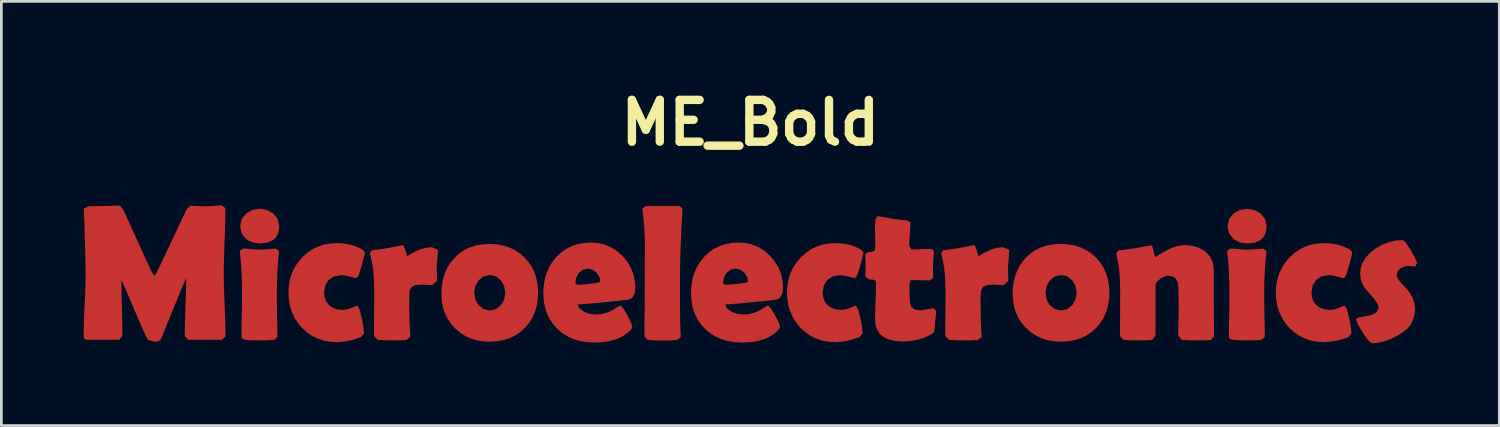
<source format=kicad_pcb>
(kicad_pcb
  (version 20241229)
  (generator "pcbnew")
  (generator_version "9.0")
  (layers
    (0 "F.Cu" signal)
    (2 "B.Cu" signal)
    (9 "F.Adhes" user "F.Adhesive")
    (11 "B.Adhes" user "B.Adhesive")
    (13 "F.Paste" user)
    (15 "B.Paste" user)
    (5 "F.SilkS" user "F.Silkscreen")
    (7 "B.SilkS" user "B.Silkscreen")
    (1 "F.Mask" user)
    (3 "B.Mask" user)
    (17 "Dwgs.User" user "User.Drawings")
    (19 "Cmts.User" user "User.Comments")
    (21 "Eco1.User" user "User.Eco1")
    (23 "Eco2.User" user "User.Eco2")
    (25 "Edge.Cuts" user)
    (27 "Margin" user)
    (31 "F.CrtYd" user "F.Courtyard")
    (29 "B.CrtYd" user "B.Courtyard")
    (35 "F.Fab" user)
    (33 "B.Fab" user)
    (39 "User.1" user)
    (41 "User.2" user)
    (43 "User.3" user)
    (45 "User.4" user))
  (footprint "ME_Bold"
    (layer "F.Cu")
    (at 24.306 6.951)
    (property "Reference" "ME_Bold" (at 0 -5.525 0) (layer "F.SilkS") (effects (font (size 1.524 1.524) (thickness 0.305))))
    (attr smd)
    (fp_poly (pts (xy -2.603 0.294) (xy -2.603 0.592) (xy -2.603 0.867) (xy -2.602 1.118) (xy -2.6 1.344) (xy -2.599 1.547) (xy -2.597 1.725) (xy -2.587 1.995) (xy -2.576 2.265) (xy -2.662 2.35) (xy -2.877 2.371) (xy -3.215 2.378) (xy -3.551 2.371) (xy -3.738 2.35) (xy -3.823 2.258) (xy -3.823 2.111) (xy -3.823 1.94) (xy -3.822 1.732) (xy -3.82 1.486) (xy -3.817 1.202) (xy -3.814 0.918) (xy -3.812 0.671) (xy -3.81 0.463) (xy -3.81 0.294) (xy -3.81 -0.141) (xy -3.809 -0.49) (xy -3.809 -0.751) (xy -3.808 -0.926) (xy -3.807 -1.014) (xy -3.806 -1.015) (xy -3.813 -1.309) (xy -3.825 -1.586) (xy -3.842 -1.846) (xy -3.864 -2.09) (xy -3.891 -2.317) (xy -3.898 -2.375) (xy -3.809 -2.45) (xy -2.59 -2.45) (xy -2.511 -2.378) (xy -2.515 -2.317) (xy -2.532 -2.025) (xy -2.547 -1.74) (xy -2.56 -1.462) (xy -2.572 -1.191) (xy -2.581 -0.926) (xy -2.589 -0.669) (xy -2.596 -0.418) (xy -2.6 -0.174) (xy -2.603 0.063) (xy -2.604 0.294) (xy -2.603 0.294)) (stroke (width 0.075) (type solid)) (fill yes) (layer "F.Cu"))
    (fp_poly (pts (xy -11.463 0.222) (xy -11.61 0.355) (xy -11.801 0.348) (xy -11.986 0.338) (xy -12.224 0.36) (xy -12.372 0.427) (xy -12.449 0.561) (xy -12.474 0.786) (xy -12.473 0.971) (xy -12.47 1.233) (xy -12.465 1.493) (xy -12.464 1.677) (xy -12.46 1.801) (xy -12.45 1.975) (xy -12.44 2.145) (xy -12.436 2.265) (xy -12.549 2.357) (xy -12.757 2.368) (xy -13.051 2.371) (xy -13.343 2.366) (xy -13.571 2.35) (xy -13.683 2.238) (xy -13.683 2.026) (xy -13.682 1.753) (xy -13.679 1.421) (xy -13.677 1.087) (xy -13.676 0.814) (xy -13.676 0.601) (xy -13.681 0.291) (xy -13.699 0.004) (xy -13.728 -0.26) (xy -13.77 -0.502) (xy -13.822 -0.721) (xy -13.829 -0.772) (xy -13.778 -0.841) (xy -13.547 -0.87) (xy -13.228 -0.916) (xy -12.926 -0.975) (xy -12.741 -1.01) (xy -12.671 -1.022) (xy -12.592 -0.806) (xy -12.531 -0.591) (xy -12.485 -0.636) (xy -12.251 -0.769) (xy -12.035 -0.869) (xy -11.824 -0.93) (xy -11.619 -0.95) (xy -11.427 -0.868) (xy -11.448 -0.588) (xy -11.472 -0.308) (xy -11.468 -0.045) (xy -11.461 0.222) (xy -11.463 0.222)) (stroke (width 0.075) (type solid)) (fill yes) (layer "F.Cu"))
    (fp_poly (pts (xy 9.365 0.222) (xy 9.218 0.355) (xy 9.027 0.348) (xy 8.842 0.338) (xy 8.604 0.36) (xy 8.456 0.427) (xy 8.379 0.561) (xy 8.354 0.786) (xy 8.355 0.971) (xy 8.358 1.233) (xy 8.363 1.493) (xy 8.364 1.677) (xy 8.368 1.801) (xy 8.378 1.975) (xy 8.388 2.145) (xy 8.392 2.265) (xy 8.279 2.357) (xy 8.071 2.368) (xy 7.777 2.371) (xy 7.484 2.366) (xy 7.257 2.35) (xy 7.145 2.238) (xy 7.145 2.026) (xy 7.146 1.753) (xy 7.148 1.421) (xy 7.151 1.087) (xy 7.152 0.814) (xy 7.152 0.601) (xy 7.146 0.291) (xy 7.129 0.004) (xy 7.099 -0.26) (xy 7.058 -0.502) (xy 7.005 -0.721) (xy 6.999 -0.772) (xy 7.05 -0.841) (xy 7.281 -0.87) (xy 7.6 -0.916) (xy 7.902 -0.975) (xy 8.087 -1.01) (xy 8.157 -1.022) (xy 8.235 -0.806) (xy 8.297 -0.591) (xy 8.343 -0.636) (xy 8.577 -0.769) (xy 8.793 -0.869) (xy 9.004 -0.93) (xy 9.209 -0.95) (xy 9.4 -0.868) (xy 9.38 -0.588) (xy 9.356 -0.308) (xy 9.36 -0.045) (xy 9.367 0.222) (xy 9.365 0.222)) (stroke (width 0.075) (type solid)) (fill yes) (layer "F.Cu"))
    (fp_poly (pts (xy 24.268 -0.414) (xy 24.217 -0.321) (xy 24.026 -0.345) (xy 23.84 -0.323) (xy 23.688 -0.256) (xy 23.565 -0.133) (xy 23.524 0.034) (xy 23.567 0.17) (xy 23.698 0.338) (xy 23.911 0.569) (xy 24.022 0.71) (xy 24.119 0.888) (xy 24.177 1.073) (xy 24.197 1.267) (xy 24.18 1.447) (xy 24.128 1.636) (xy 24.039 1.823) (xy 23.93 1.951) (xy 23.752 2.089) (xy 23.555 2.212) (xy 23.339 2.32) (xy 23.102 2.407) (xy 22.877 2.459) (xy 22.666 2.477) (xy 22.555 2.385) (xy 22.358 2.108) (xy 22.182 1.808) (xy 22.123 1.653) (xy 22.16 1.616) (xy 22.4 1.571) (xy 22.642 1.527) (xy 22.868 1.401) (xy 22.943 1.213) (xy 22.899 1.05) (xy 22.768 0.864) (xy 22.532 0.6) (xy 22.444 0.499) (xy 22.347 0.332) (xy 22.289 0.158) (xy 22.27 -0.021) (xy 22.29 -0.22) (xy 22.353 -0.406) (xy 22.457 -0.58) (xy 22.602 -0.742) (xy 22.789 -0.892) (xy 23.025 -1.031) (xy 23.27 -1.13) (xy 23.522 -1.19) (xy 23.783 -1.21) (xy 23.878 -1.117) (xy 24.053 -0.841) (xy 24.215 -0.551) (xy 24.268 -0.414) (xy 24.268 -0.414)) (stroke (width 0.075) (type solid)) (fill yes) (layer "F.Cu"))
    (fp_poly (pts (xy -14.377 0.102) (xy -14.586 0.048) (xy -14.768 0.007) (xy -14.914 -0.007) (xy -15.187 0.039) (xy -15.399 0.177) (xy -15.535 0.389) (xy -15.58 0.663) (xy -15.558 0.857) (xy -15.492 1.022) (xy -15.382 1.158) (xy -15.236 1.257) (xy -15.064 1.316) (xy -14.866 1.336) (xy -14.706 1.317) (xy -14.528 1.26) (xy -14.35 1.182) (xy -14.283 1.29) (xy -14.2 1.616) (xy -14.141 1.945) (xy -14.121 2.142) (xy -14.227 2.262) (xy -14.545 2.364) (xy -14.841 2.418) (xy -15.074 2.436) (xy -15.317 2.422) (xy -15.546 2.38) (xy -15.76 2.309) (xy -15.96 2.211) (xy -16.144 2.085) (xy -16.314 1.93) (xy -16.464 1.755) (xy -16.586 1.565) (xy -16.681 1.362) (xy -16.749 1.145) (xy -16.789 0.914) (xy -16.803 0.669) (xy -16.789 0.427) (xy -16.749 0.197) (xy -16.681 -0.019) (xy -16.586 -0.222) (xy -16.464 -0.412) (xy -16.314 -0.588) (xy -16.143 -0.745) (xy -15.958 -0.873) (xy -15.758 -0.972) (xy -15.545 -1.044) (xy -15.317 -1.086) (xy -15.074 -1.1) (xy -14.827 -1.087) (xy -14.596 -1.046) (xy -14.38 -0.977) (xy -14.179 -0.882) (xy -14.09 -0.79) (xy -14.116 -0.667) (xy -14.193 -0.386) (xy -14.272 -0.11) (xy -14.319 0.03) (xy -14.377 0.102) (xy -14.377 0.102)) (stroke (width 0.075) (type solid)) (fill yes) (layer "F.Cu"))
    (fp_poly (pts (xy 3.799 0.102) (xy 3.591 0.048) (xy 3.408 0.007) (xy 3.263 -0.007) (xy 2.99 0.039) (xy 2.778 0.177) (xy 2.642 0.389) (xy 2.597 0.663) (xy 2.619 0.857) (xy 2.685 1.022) (xy 2.795 1.158) (xy 2.94 1.257) (xy 3.112 1.316) (xy 3.311 1.336) (xy 3.47 1.317) (xy 3.649 1.26) (xy 3.827 1.182) (xy 3.893 1.29) (xy 3.977 1.616) (xy 4.036 1.945) (xy 4.056 2.142) (xy 3.95 2.262) (xy 3.632 2.364) (xy 3.335 2.418) (xy 3.102 2.436) (xy 2.859 2.422) (xy 2.63 2.38) (xy 2.416 2.309) (xy 2.217 2.211) (xy 2.032 2.085) (xy 1.862 1.93) (xy 1.713 1.755) (xy 1.591 1.565) (xy 1.496 1.362) (xy 1.428 1.145) (xy 1.387 0.914) (xy 1.373 0.669) (xy 1.387 0.427) (xy 1.428 0.197) (xy 1.496 -0.019) (xy 1.591 -0.222) (xy 1.713 -0.412) (xy 1.862 -0.588) (xy 2.033 -0.745) (xy 2.219 -0.873) (xy 2.418 -0.972) (xy 2.632 -1.044) (xy 2.86 -1.086) (xy 3.102 -1.1) (xy 3.349 -1.087) (xy 3.581 -1.046) (xy 3.797 -0.977) (xy 3.997 -0.882) (xy 4.086 -0.79) (xy 4.061 -0.667) (xy 3.984 -0.386) (xy 3.904 -0.11) (xy 3.857 0.03) (xy 3.799 0.102) (xy 3.799 0.102)) (stroke (width 0.075) (type solid)) (fill yes) (layer "F.Cu"))
    (fp_poly (pts (xy 21.62 0.102) (xy 21.412 0.048) (xy 21.229 0.007) (xy 21.084 -0.007) (xy 20.811 0.039) (xy 20.599 0.177) (xy 20.463 0.389) (xy 20.418 0.663) (xy 20.44 0.857) (xy 20.506 1.022) (xy 20.616 1.158) (xy 20.761 1.257) (xy 20.933 1.316) (xy 21.132 1.336) (xy 21.292 1.317) (xy 21.47 1.26) (xy 21.648 1.182) (xy 21.714 1.29) (xy 21.798 1.616) (xy 21.857 1.945) (xy 21.877 2.142) (xy 21.771 2.262) (xy 21.453 2.364) (xy 21.157 2.418) (xy 20.923 2.436) (xy 20.68 2.422) (xy 20.452 2.38) (xy 20.238 2.309) (xy 20.038 2.211) (xy 19.853 2.085) (xy 19.683 1.93) (xy 19.534 1.755) (xy 19.412 1.565) (xy 19.317 1.362) (xy 19.249 1.145) (xy 19.208 0.914) (xy 19.195 0.669) (xy 19.208 0.427) (xy 19.249 0.197) (xy 19.317 -0.019) (xy 19.412 -0.222) (xy 19.534 -0.412) (xy 19.683 -0.588) (xy 19.854 -0.745) (xy 20.04 -0.873) (xy 20.239 -0.972) (xy 20.453 -1.044) (xy 20.681 -1.086) (xy 20.923 -1.1) (xy 21.17 -1.087) (xy 21.402 -1.046) (xy 21.618 -0.977) (xy 21.819 -0.882) (xy 21.907 -0.79) (xy 21.882 -0.667) (xy 21.805 -0.386) (xy 21.726 -0.11) (xy 21.679 0.03) (xy 21.621 0.102) (xy 21.62 0.102)) (stroke (width 0.075) (type solid)) (fill yes) (layer "F.Cu"))
    (fp_poly (pts (xy -17.213 -1.756) (xy -17.302 -0.895) (xy -17.22 -0.827) (xy -17.227 -0.762) (xy -17.25 -0.534) (xy -17.268 -0.294) (xy -17.283 -0.043) (xy -17.293 0.22) (xy -17.3 0.495) (xy -17.302 0.782) (xy -17.302 0.782) (xy -17.301 0.976) (xy -17.297 1.224) (xy -17.292 1.527) (xy -17.286 1.828) (xy -17.283 2.074) (xy -17.281 2.265) (xy -17.367 2.35) (xy -17.556 2.366) (xy -17.89 2.371) (xy -18.226 2.366) (xy -18.416 2.35) (xy -18.508 2.306) (xy -18.515 2.203) (xy -18.514 2.02) (xy -18.51 1.784) (xy -18.505 1.496) (xy -18.499 1.206) (xy -18.495 0.968) (xy -18.494 0.782) (xy -18.496 0.47) (xy -18.503 0.179) (xy -18.513 -0.089) (xy -18.528 -0.335) (xy -18.547 -0.56) (xy -18.569 -0.762) (xy -18.576 -0.834) (xy -18.484 -0.902) (xy -18.364 -0.897) (xy -18.194 -0.882) (xy -18.02 -0.866) (xy -17.896 -0.861) (xy -17.773 -0.866) (xy -17.599 -0.878) (xy -17.426 -0.891) (xy -17.302 -0.895) (xy -17.213 -1.756) (xy -17.24 -1.542) (xy -17.32 -1.376) (xy -17.454 -1.257) (xy -17.642 -1.186) (xy -17.883 -1.162) (xy -18.145 -1.2) (xy -18.358 -1.312) (xy -18.511 -1.505) (xy -18.563 -1.756) (xy -18.51 -1.999) (xy -18.351 -2.194) (xy -18.136 -2.312) (xy -17.883 -2.351) (xy -17.634 -2.311) (xy -17.421 -2.19) (xy -17.265 -1.996) (xy -17.213 -1.756)) (stroke (width 0.075) (type solid)) (fill yes) (layer "F.Cu"))
    (fp_poly (pts (xy 18.785 -1.756) (xy 18.696 -0.895) (xy 18.778 -0.827) (xy 18.771 -0.762) (xy 18.748 -0.534) (xy 18.729 -0.294) (xy 18.715 -0.043) (xy 18.704 0.22) (xy 18.698 0.495) (xy 18.696 0.782) (xy 18.696 0.782) (xy 18.697 0.976) (xy 18.7 1.224) (xy 18.706 1.527) (xy 18.712 1.828) (xy 18.715 2.074) (xy 18.716 2.265) (xy 18.631 2.35) (xy 18.442 2.366) (xy 18.108 2.371) (xy 17.772 2.366) (xy 17.582 2.35) (xy 17.49 2.306) (xy 17.483 2.203) (xy 17.484 2.02) (xy 17.488 1.784) (xy 17.493 1.496) (xy 17.499 1.206) (xy 17.502 0.968) (xy 17.503 0.782) (xy 17.501 0.47) (xy 17.495 0.179) (xy 17.485 -0.089) (xy 17.47 -0.335) (xy 17.451 -0.56) (xy 17.428 -0.762) (xy 17.421 -0.834) (xy 17.514 -0.902) (xy 17.634 -0.897) (xy 17.804 -0.882) (xy 17.977 -0.866) (xy 18.101 -0.861) (xy 18.225 -0.866) (xy 18.399 -0.878) (xy 18.572 -0.891) (xy 18.696 -0.895) (xy 18.785 -1.756) (xy 18.758 -1.542) (xy 18.678 -1.376) (xy 18.544 -1.257) (xy 18.356 -1.186) (xy 18.115 -1.162) (xy 17.853 -1.2) (xy 17.64 -1.312) (xy 17.486 -1.505) (xy 17.435 -1.756) (xy 17.488 -1.999) (xy 17.647 -2.194) (xy 17.861 -2.312) (xy 18.115 -2.351) (xy 18.364 -2.311) (xy 18.576 -2.19) (xy 18.733 -1.996) (xy 18.785 -1.756)) (stroke (width 0.075) (type solid)) (fill yes) (layer "F.Cu"))
    (fp_poly (pts (xy -7.776 0.669) (xy -8.897 0.669) (xy -8.939 0.416) (xy -9.064 0.194) (xy -9.257 0.038) (xy -9.498 -0.014) (xy -9.744 0.039) (xy -9.942 0.198) (xy -10.065 0.415) (xy -10.106 0.669) (xy -10.065 0.926) (xy -9.942 1.144) (xy -9.744 1.303) (xy -9.498 1.356) (xy -9.255 1.303) (xy -9.057 1.144) (xy -8.937 0.926) (xy -8.897 0.669) (xy -7.776 0.669) (xy -7.79 0.921) (xy -7.829 1.156) (xy -7.896 1.375) (xy -7.989 1.577) (xy -8.108 1.764) (xy -8.255 1.934) (xy -8.421 2.082) (xy -8.605 2.203) (xy -8.805 2.297) (xy -9.021 2.365) (xy -9.255 2.405) (xy -9.505 2.419) (xy -9.748 2.405) (xy -9.977 2.366) (xy -10.19 2.299) (xy -10.389 2.206) (xy -10.573 2.087) (xy -10.742 1.94) (xy -10.89 1.773) (xy -11.011 1.591) (xy -11.106 1.394) (xy -11.173 1.181) (xy -11.214 0.953) (xy -11.227 0.71) (xy -11.214 0.455) (xy -11.175 0.215) (xy -11.111 -0.007) (xy -11.021 -0.213) (xy -10.904 -0.402) (xy -10.762 -0.574) (xy -10.598 -0.726) (xy -10.416 -0.85) (xy -10.216 -0.946) (xy -9.997 -1.015) (xy -9.76 -1.056) (xy -9.505 -1.07) (xy -9.256 -1.056) (xy -9.023 -1.016) (xy -8.806 -0.948) (xy -8.606 -0.854) (xy -8.422 -0.733) (xy -8.255 -0.585) (xy -8.108 -0.416) (xy -7.989 -0.231) (xy -7.896 -0.03) (xy -7.829 0.187) (xy -7.79 0.42) (xy -7.776 0.669)) (stroke (width 0.075) (type solid)) (fill yes) (layer "F.Cu"))
    (fp_poly (pts (xy 13.052 0.669) (xy 11.931 0.669) (xy 11.889 0.416) (xy 11.763 0.194) (xy 11.571 0.038) (xy 11.33 -0.014) (xy 11.084 0.039) (xy 10.885 0.198) (xy 10.762 0.415) (xy 10.721 0.669) (xy 10.762 0.926) (xy 10.885 1.144) (xy 11.084 1.303) (xy 11.33 1.356) (xy 11.573 1.303) (xy 11.77 1.144) (xy 11.891 0.926) (xy 11.931 0.669) (xy 13.052 0.669) (xy 13.038 0.921) (xy 12.998 1.156) (xy 12.932 1.375) (xy 12.839 1.577) (xy 12.719 1.764) (xy 12.573 1.934) (xy 12.407 2.082) (xy 12.223 2.203) (xy 12.023 2.297) (xy 11.806 2.365) (xy 11.573 2.405) (xy 11.323 2.419) (xy 11.08 2.405) (xy 10.851 2.366) (xy 10.638 2.299) (xy 10.439 2.206) (xy 10.255 2.087) (xy 10.086 1.94) (xy 9.938 1.773) (xy 9.816 1.591) (xy 9.722 1.394) (xy 9.655 1.181) (xy 9.614 0.953) (xy 9.601 0.71) (xy 9.614 0.455) (xy 9.652 0.215) (xy 9.717 -0.007) (xy 9.807 -0.213) (xy 9.923 -0.402) (xy 10.065 -0.574) (xy 10.229 -0.726) (xy 10.412 -0.85) (xy 10.612 -0.946) (xy 10.831 -1.015) (xy 11.068 -1.056) (xy 11.323 -1.07) (xy 11.572 -1.056) (xy 11.805 -1.016) (xy 12.021 -0.948) (xy 12.222 -0.854) (xy 12.406 -0.733) (xy 12.573 -0.585) (xy 12.719 -0.416) (xy 12.839 -0.231) (xy 12.932 -0.03) (xy 12.998 0.187) (xy 13.038 0.42) (xy 13.052 0.669)) (stroke (width 0.075) (type solid)) (fill yes) (layer "F.Cu"))
    (fp_poly (pts (xy 16.865 2.251) (xy 16.769 2.357) (xy 16.596 2.367) (xy 16.27 2.371) (xy 15.922 2.366) (xy 15.737 2.35) (xy 15.635 2.21) (xy 15.637 2.009) (xy 15.645 1.725) (xy 15.652 1.441) (xy 15.655 1.237) (xy 15.653 1.079) (xy 15.648 0.861) (xy 15.643 0.639) (xy 15.642 0.481) (xy 15.616 0.277) (xy 15.54 0.13) (xy 15.413 0.043) (xy 15.235 0.013) (xy 15.091 0.042) (xy 14.924 0.13) (xy 14.781 0.259) (xy 14.733 0.386) (xy 14.733 2.231) (xy 14.627 2.357) (xy 14.445 2.367) (xy 14.138 2.371) (xy 13.809 2.366) (xy 13.619 2.35) (xy 13.513 2.238) (xy 13.513 2.03) (xy 13.515 1.762) (xy 13.517 1.435) (xy 13.519 1.107) (xy 13.52 0.838) (xy 13.521 0.628) (xy 13.515 0.303) (xy 13.499 0.006) (xy 13.473 -0.261) (xy 13.435 -0.499) (xy 13.387 -0.708) (xy 13.381 -0.759) (xy 13.432 -0.834) (xy 13.591 -0.853) (xy 13.783 -0.878) (xy 14.006 -0.909) (xy 14.315 -0.968) (xy 14.519 -1.003) (xy 14.617 -1.015) (xy 14.676 -0.783) (xy 14.734 -0.554) (xy 14.806 -0.613) (xy 15.099 -0.79) (xy 15.359 -0.922) (xy 15.596 -1.002) (xy 15.81 -1.029) (xy 16.083 -1.006) (xy 16.325 -0.938) (xy 16.534 -0.824) (xy 16.714 -0.646) (xy 16.823 -0.427) (xy 16.859 -0.168) (xy 16.859 0.922) (xy 16.859 1.095) (xy 16.86 1.317) (xy 16.863 1.588) (xy 16.865 1.858) (xy 16.866 2.079) (xy 16.866 2.251) (xy 16.865 2.251)) (stroke (width 0.075) (type solid)) (fill yes) (layer "F.Cu"))
    (fp_poly (pts (xy 6.734 1.349) (xy 6.727 1.478) (xy 6.707 1.66) (xy 6.689 1.841) (xy 6.683 1.968) (xy 6.662 2.091) (xy 6.55 2.169) (xy 6.323 2.275) (xy 6.085 2.351) (xy 5.835 2.397) (xy 5.572 2.412) (xy 5.311 2.396) (xy 5.089 2.35) (xy 4.907 2.273) (xy 4.766 2.165) (xy 4.666 2.027) (xy 4.605 1.857) (xy 4.585 1.657) (xy 4.587 1.481) (xy 4.593 1.256) (xy 4.602 0.98) (xy 4.612 0.703) (xy 4.617 0.476) (xy 4.619 0.3) (xy 4.576 0.188) (xy 4.445 0.15) (xy 4.401 0.15) (xy 4.356 0.154) (xy 4.226 0.062) (xy 4.233 -0.106) (xy 4.243 -0.273) (xy 4.233 -0.492) (xy 4.226 -0.711) (xy 4.281 -0.763) (xy 4.445 -0.786) (xy 4.578 -0.854) (xy 4.592 -1.021) (xy 4.592 -1.264) (xy 4.582 -1.589) (xy 4.578 -1.684) (xy 4.597 -1.982) (xy 4.653 -2.081) (xy 4.916 -2.04) (xy 5.186 -1.988) (xy 5.405 -1.96) (xy 5.713 -1.924) (xy 5.798 -1.865) (xy 5.792 -1.694) (xy 5.774 -1.452) (xy 5.759 -1.209) (xy 5.753 -1.035) (xy 5.853 -0.868) (xy 6.003 -0.87) (xy 6.215 -0.878) (xy 6.427 -0.886) (xy 6.58 -0.888) (xy 6.655 -0.837) (xy 6.638 -0.601) (xy 6.621 -0.366) (xy 6.625 -0.126) (xy 6.629 0.113) (xy 6.53 0.185) (xy 6.301 0.181) (xy 6.072 0.174) (xy 5.816 0.174) (xy 5.765 0.324) (xy 5.765 0.567) (xy 5.768 0.809) (xy 5.785 1.052) (xy 5.833 1.206) (xy 5.97 1.316) (xy 6.196 1.353) (xy 6.438 1.315) (xy 6.664 1.274) (xy 6.735 1.349) (xy 6.734 1.349)) (stroke (width 0.075) (type solid)) (fill yes) (layer "F.Cu"))
    (fp_poly (pts (xy -4.23 0.495) (xy -5.426 0.287) (xy -5.463 0.088) (xy -5.576 -0.086) (xy -5.741 -0.206) (xy -5.935 -0.246) (xy -6.131 -0.201) (xy -6.29 -0.065) (xy -6.387 0.117) (xy -6.42 0.328) (xy -6.324 0.42) (xy -6.124 0.411) (xy -5.863 0.385) (xy -5.538 0.341) (xy -5.426 0.287) (xy -5.426 0.287) (xy -4.23 0.495) (xy -4.254 0.692) (xy -4.328 0.823) (xy -4.452 0.888) (xy -4.547 0.899) (xy -4.783 0.924) (xy -5.159 0.963) (xy -5.336 0.982) (xy -5.545 1.001) (xy -5.786 1.023) (xy -6.058 1.045) (xy -6.362 1.069) (xy -6.265 1.265) (xy -6.071 1.407) (xy -5.86 1.479) (xy -5.62 1.503) (xy -5.417 1.485) (xy -5.213 1.43) (xy -5.009 1.339) (xy -4.879 1.257) (xy -4.749 1.175) (xy -4.653 1.279) (xy -4.51 1.524) (xy -4.382 1.781) (xy -4.339 1.923) (xy -4.39 2.002) (xy -4.542 2.139) (xy -4.719 2.251) (xy -4.922 2.338) (xy -5.151 2.4) (xy -5.405 2.437) (xy -5.685 2.449) (xy -5.948 2.436) (xy -6.192 2.397) (xy -6.42 2.331) (xy -6.63 2.238) (xy -6.822 2.12) (xy -6.997 1.975) (xy -7.154 1.805) (xy -7.282 1.617) (xy -7.382 1.412) (xy -7.453 1.188) (xy -7.496 0.946) (xy -7.51 0.686) (xy -7.497 0.432) (xy -7.459 0.194) (xy -7.395 -0.028) (xy -7.306 -0.235) (xy -7.192 -0.426) (xy -7.052 -0.602) (xy -6.886 -0.76) (xy -6.703 -0.89) (xy -6.504 -0.991) (xy -6.287 -1.063) (xy -6.053 -1.106) (xy -5.801 -1.121) (xy -5.547 -1.102) (xy -5.308 -1.044) (xy -5.086 -0.949) (xy -4.879 -0.815) (xy -4.688 -0.643) (xy -4.523 -0.444) (xy -4.395 -0.231) (xy -4.303 -0.003) (xy -4.248 0.239) (xy -4.23 0.495) (xy -4.23 0.495)) (stroke (width 0.075) (type solid)) (fill yes) (layer "F.Cu"))
    (fp_poly (pts (xy 1.155 0.495) (xy -0.041 0.287) (xy -0.079 0.088) (xy -0.191 -0.086) (xy -0.356 -0.206) (xy -0.55 -0.246) (xy -0.746 -0.201) (xy -0.905 -0.065) (xy -1.003 0.117) (xy -1.035 0.328) (xy -0.94 0.42) (xy -0.74 0.411) (xy -0.478 0.385) (xy -0.154 0.341) (xy -0.041 0.287) (xy -0.041 0.287) (xy 1.155 0.495) (xy 1.13 0.692) (xy 1.056 0.823) (xy 0.933 0.888) (xy 0.837 0.899) (xy 0.602 0.924) (xy 0.226 0.963) (xy 0.048 0.982) (xy -0.16 1.001) (xy -0.401 1.023) (xy -0.673 1.045) (xy -0.977 1.069) (xy -0.881 1.265) (xy -0.687 1.407) (xy -0.475 1.479) (xy -0.236 1.503) (xy -0.033 1.485) (xy 0.171 1.43) (xy 0.376 1.339) (xy 0.506 1.257) (xy 0.636 1.175) (xy 0.731 1.279) (xy 0.875 1.524) (xy 1.003 1.781) (xy 1.046 1.923) (xy 0.994 2.002) (xy 0.843 2.139) (xy 0.665 2.251) (xy 0.462 2.338) (xy 0.234 2.4) (xy -0.021 2.437) (xy -0.301 2.449) (xy -0.563 2.436) (xy -0.808 2.397) (xy -1.035 2.331) (xy -1.245 2.238) (xy -1.438 2.12) (xy -1.613 1.975) (xy -1.769 1.805) (xy -1.897 1.617) (xy -1.997 1.412) (xy -2.068 1.188) (xy -2.111 0.946) (xy -2.125 0.686) (xy -2.112 0.432) (xy -2.074 0.194) (xy -2.011 -0.028) (xy -1.922 -0.235) (xy -1.807 -0.426) (xy -1.667 -0.602) (xy -1.502 -0.76) (xy -1.319 -0.89) (xy -1.119 -0.991) (xy -0.902 -1.063) (xy -0.668 -1.106) (xy -0.417 -1.121) (xy -0.162 -1.102) (xy 0.076 -1.044) (xy 0.299 -0.949) (xy 0.506 -0.815) (xy 0.697 -0.643) (xy 0.862 -0.444) (xy 0.99 -0.231) (xy 1.082 -0.003) (xy 1.137 0.239) (xy 1.155 0.495) (xy 1.155 0.495)) (stroke (width 0.075) (type solid)) (fill yes) (layer "F.Cu"))
    (fp_poly (pts (xy -19.174 2.244) (xy -19.273 2.35) (xy -20.483 2.35) (xy -20.582 2.231) (xy -20.58 2.037) (xy -20.576 1.799) (xy -20.568 1.519) (xy -20.558 1.196) (xy -20.546 0.872) (xy -20.537 0.592) (xy -20.532 0.354) (xy -20.531 0.16) (xy -20.561 0.054) (xy -20.592 0.103) (xy -20.653 0.233) (xy -20.744 0.444) (xy -20.866 0.737) (xy -21.019 1.11) (xy -21.118 1.353) (xy -21.216 1.596) (xy -21.314 1.839) (xy -21.413 2.081) (xy -21.511 2.323) (xy -21.597 2.415) (xy -21.733 2.419) (xy -21.945 2.351) (xy -22.024 2.187) (xy -22.111 1.995) (xy -22.208 1.777) (xy -22.315 1.531) (xy -22.43 1.257) (xy -22.552 0.971) (xy -22.661 0.718) (xy -22.758 0.499) (xy -22.841 0.313) (xy -22.912 0.161) (xy -22.943 0.123) (xy -22.967 0.222) (xy -22.966 0.411) (xy -22.962 0.641) (xy -22.957 0.913) (xy -22.95 1.227) (xy -22.942 1.541) (xy -22.937 1.813) (xy -22.934 2.043) (xy -22.932 2.231) (xy -23.028 2.351) (xy -24.169 2.351) (xy -24.255 2.33) (xy -24.268 2.252) (xy -24.266 2.042) (xy -24.26 1.786) (xy -24.249 1.484) (xy -24.234 1.134) (xy -24.218 0.784) (xy -24.206 0.48) (xy -24.199 0.224) (xy -24.197 0.014) (xy -24.198 -0.138) (xy -24.2 -0.327) (xy -24.205 -0.556) (xy -24.212 -0.823) (xy -24.22 -1.128) (xy -24.231 -1.472) (xy -24.236 -1.692) (xy -24.246 -1.974) (xy -24.262 -2.316) (xy -24.265 -2.374) (xy -24.121 -2.443) (xy -23.887 -2.445) (xy -23.558 -2.453) (xy -23.229 -2.463) (xy -22.994 -2.467) (xy -22.888 -2.323) (xy -21.89 -0.133) (xy -21.793 0.034) (xy -21.713 0.089) (xy -21.654 0.025) (xy -21.552 -0.167) (xy -21.471 -0.336) (xy -21.382 -0.522) (xy -21.285 -0.726) (xy -21.18 -0.949) (xy -21.066 -1.189) (xy -20.945 -1.447) (xy -20.815 -1.724) (xy -20.677 -2.018) (xy -20.531 -2.33) (xy -20.404 -2.463) (xy -20.28 -2.461) (xy -20.107 -2.453) (xy -19.93 -2.445) (xy -19.803 -2.443) (xy -19.543 -2.46) (xy -19.28 -2.477) (xy -19.178 -2.395) (xy -19.179 -2.218) (xy -19.182 -2.008) (xy -19.189 -1.767) (xy -19.197 -1.494) (xy -19.208 -1.189) (xy -19.218 -0.885) (xy -19.226 -0.613) (xy -19.231 -0.372) (xy -19.235 -0.163) (xy -19.236 0.014) (xy -19.234 0.223) (xy -19.228 0.479) (xy -19.218 0.782) (xy -19.205 1.131) (xy -19.191 1.48) (xy -19.182 1.782) (xy -19.176 2.037) (xy -19.174 2.245) (xy -19.174 2.244)) (stroke (width 0.075) (type solid)) (fill yes) (layer "F.Cu"))
    (fp_poly (pts (xy -2.603 0.294) (xy -2.603 0.592) (xy -2.603 0.867) (xy -2.602 1.118) (xy -2.6 1.344) (xy -2.599 1.547) (xy -2.597 1.725) (xy -2.587 1.995) (xy -2.576 2.265) (xy -2.662 2.35) (xy -2.877 2.371) (xy -3.215 2.378) (xy -3.551 2.371) (xy -3.738 2.35) (xy -3.823 2.258) (xy -3.823 2.111) (xy -3.823 1.94) (xy -3.822 1.732) (xy -3.82 1.486) (xy -3.817 1.202) (xy -3.814 0.918) (xy -3.812 0.671) (xy -3.81 0.463) (xy -3.81 0.294) (xy -3.81 -0.141) (xy -3.809 -0.49) (xy -3.809 -0.751) (xy -3.808 -0.926) (xy -3.807 -1.014) (xy -3.806 -1.015) (xy -3.813 -1.309) (xy -3.825 -1.586) (xy -3.842 -1.846) (xy -3.864 -2.09) (xy -3.891 -2.317) (xy -3.898 -2.375) (xy -3.809 -2.45) (xy -2.59 -2.45) (xy -2.511 -2.378) (xy -2.515 -2.317) (xy -2.532 -2.025) (xy -2.547 -1.74) (xy -2.56 -1.462) (xy -2.572 -1.191) (xy -2.581 -0.926) (xy -2.589 -0.669) (xy -2.596 -0.418) (xy -2.6 -0.174) (xy -2.603 0.063) (xy -2.604 0.294) (xy -2.603 0.294)) (stroke (width 0.075) (type solid)) (fill yes) (layer "F.Mask"))
    (fp_poly (pts (xy -11.463 0.222) (xy -11.61 0.355) (xy -11.801 0.348) (xy -11.986 0.338) (xy -12.224 0.36) (xy -12.372 0.427) (xy -12.449 0.561) (xy -12.474 0.786) (xy -12.473 0.971) (xy -12.47 1.233) (xy -12.465 1.493) (xy -12.464 1.677) (xy -12.46 1.801) (xy -12.45 1.975) (xy -12.44 2.145) (xy -12.436 2.265) (xy -12.549 2.357) (xy -12.757 2.368) (xy -13.051 2.371) (xy -13.343 2.366) (xy -13.571 2.351) (xy -13.683 2.238) (xy -13.683 2.026) (xy -13.682 1.753) (xy -13.679 1.421) (xy -13.677 1.087) (xy -13.676 0.814) (xy -13.676 0.601) (xy -13.681 0.291) (xy -13.699 0.004) (xy -13.728 -0.26) (xy -13.77 -0.502) (xy -13.822 -0.721) (xy -13.829 -0.772) (xy -13.778 -0.841) (xy -13.547 -0.87) (xy -13.228 -0.916) (xy -12.926 -0.975) (xy -12.74 -1.01) (xy -12.671 -1.022) (xy -12.592 -0.806) (xy -12.531 -0.591) (xy -12.485 -0.636) (xy -12.251 -0.769) (xy -12.035 -0.869) (xy -11.824 -0.93) (xy -11.619 -0.95) (xy -11.427 -0.868) (xy -11.448 -0.588) (xy -11.472 -0.308) (xy -11.468 -0.045) (xy -11.461 0.222) (xy -11.463 0.222)) (stroke (width 0.075) (type solid)) (fill yes) (layer "F.Mask"))
    (fp_poly (pts (xy 9.365 0.222) (xy 9.218 0.355) (xy 9.027 0.348) (xy 8.842 0.338) (xy 8.604 0.36) (xy 8.456 0.427) (xy 8.379 0.561) (xy 8.354 0.786) (xy 8.355 0.971) (xy 8.358 1.233) (xy 8.363 1.493) (xy 8.364 1.677) (xy 8.368 1.801) (xy 8.378 1.975) (xy 8.388 2.145) (xy 8.392 2.265) (xy 8.279 2.357) (xy 8.071 2.368) (xy 7.777 2.371) (xy 7.484 2.366) (xy 7.257 2.351) (xy 7.145 2.238) (xy 7.145 2.026) (xy 7.146 1.753) (xy 7.148 1.421) (xy 7.151 1.087) (xy 7.152 0.814) (xy 7.152 0.601) (xy 7.146 0.291) (xy 7.129 0.004) (xy 7.099 -0.26) (xy 7.058 -0.502) (xy 7.005 -0.721) (xy 6.999 -0.772) (xy 7.05 -0.841) (xy 7.281 -0.87) (xy 7.6 -0.916) (xy 7.902 -0.975) (xy 8.087 -1.01) (xy 8.157 -1.022) (xy 8.235 -0.806) (xy 8.297 -0.591) (xy 8.343 -0.636) (xy 8.577 -0.769) (xy 8.793 -0.869) (xy 9.004 -0.93) (xy 9.209 -0.95) (xy 9.4 -0.868) (xy 9.38 -0.588) (xy 9.356 -0.308) (xy 9.36 -0.045) (xy 9.367 0.222) (xy 9.365 0.222)) (stroke (width 0.075) (type solid)) (fill yes) (layer "F.Mask"))
    (fp_poly (pts (xy 24.268 -0.414) (xy 24.217 -0.321) (xy 24.026 -0.345) (xy 23.84 -0.323) (xy 23.688 -0.256) (xy 23.565 -0.133) (xy 23.524 0.034) (xy 23.567 0.17) (xy 23.698 0.338) (xy 23.911 0.569) (xy 24.022 0.71) (xy 24.119 0.888) (xy 24.177 1.073) (xy 24.197 1.267) (xy 24.18 1.447) (xy 24.128 1.636) (xy 24.039 1.823) (xy 23.93 1.951) (xy 23.752 2.089) (xy 23.555 2.212) (xy 23.339 2.32) (xy 23.102 2.407) (xy 22.877 2.459) (xy 22.666 2.477) (xy 22.555 2.385) (xy 22.358 2.108) (xy 22.182 1.808) (xy 22.123 1.653) (xy 22.16 1.616) (xy 22.4 1.571) (xy 22.642 1.527) (xy 22.868 1.401) (xy 22.943 1.213) (xy 22.899 1.05) (xy 22.768 0.864) (xy 22.532 0.6) (xy 22.444 0.499) (xy 22.347 0.332) (xy 22.289 0.158) (xy 22.27 -0.021) (xy 22.29 -0.22) (xy 22.353 -0.406) (xy 22.457 -0.58) (xy 22.602 -0.742) (xy 22.789 -0.892) (xy 23.025 -1.031) (xy 23.27 -1.13) (xy 23.522 -1.19) (xy 23.783 -1.21) (xy 23.878 -1.117) (xy 24.053 -0.841) (xy 24.215 -0.551) (xy 24.268 -0.414) (xy 24.268 -0.414)) (stroke (width 0.075) (type solid)) (fill yes) (layer "F.Mask"))
    (fp_poly (pts (xy -14.377 0.102) (xy -14.586 0.048) (xy -14.768 0.007) (xy -14.914 -0.007) (xy -15.187 0.039) (xy -15.399 0.177) (xy -15.535 0.389) (xy -15.58 0.663) (xy -15.558 0.857) (xy -15.492 1.022) (xy -15.382 1.158) (xy -15.236 1.257) (xy -15.064 1.316) (xy -14.866 1.336) (xy -14.706 1.317) (xy -14.528 1.26) (xy -14.35 1.182) (xy -14.283 1.29) (xy -14.2 1.616) (xy -14.141 1.945) (xy -14.121 2.142) (xy -14.227 2.262) (xy -14.545 2.364) (xy -14.841 2.418) (xy -15.074 2.436) (xy -15.317 2.422) (xy -15.546 2.38) (xy -15.76 2.309) (xy -15.96 2.211) (xy -16.144 2.085) (xy -16.314 1.93) (xy -16.464 1.755) (xy -16.586 1.565) (xy -16.681 1.362) (xy -16.749 1.145) (xy -16.789 0.914) (xy -16.803 0.669) (xy -16.789 0.427) (xy -16.749 0.197) (xy -16.681 -0.019) (xy -16.586 -0.222) (xy -16.464 -0.412) (xy -16.314 -0.588) (xy -16.143 -0.745) (xy -15.958 -0.873) (xy -15.758 -0.972) (xy -15.545 -1.044) (xy -15.317 -1.086) (xy -15.074 -1.1) (xy -14.827 -1.087) (xy -14.596 -1.046) (xy -14.38 -0.977) (xy -14.179 -0.882) (xy -14.09 -0.79) (xy -14.116 -0.667) (xy -14.193 -0.386) (xy -14.272 -0.11) (xy -14.319 0.03) (xy -14.377 0.102) (xy -14.377 0.102)) (stroke (width 0.075) (type solid)) (fill yes) (layer "F.Mask"))
    (fp_poly (pts (xy 3.799 0.102) (xy 3.591 0.048) (xy 3.408 0.007) (xy 3.263 -0.007) (xy 2.99 0.039) (xy 2.778 0.177) (xy 2.642 0.389) (xy 2.597 0.663) (xy 2.619 0.857) (xy 2.685 1.022) (xy 2.795 1.158) (xy 2.94 1.257) (xy 3.112 1.316) (xy 3.311 1.336) (xy 3.47 1.317) (xy 3.649 1.26) (xy 3.827 1.182) (xy 3.893 1.29) (xy 3.977 1.616) (xy 4.036 1.945) (xy 4.056 2.142) (xy 3.95 2.262) (xy 3.632 2.364) (xy 3.335 2.418) (xy 3.102 2.436) (xy 2.859 2.422) (xy 2.63 2.38) (xy 2.416 2.309) (xy 2.217 2.211) (xy 2.032 2.085) (xy 1.862 1.93) (xy 1.713 1.755) (xy 1.591 1.565) (xy 1.496 1.362) (xy 1.428 1.145) (xy 1.387 0.914) (xy 1.373 0.669) (xy 1.387 0.427) (xy 1.428 0.197) (xy 1.496 -0.019) (xy 1.591 -0.222) (xy 1.713 -0.412) (xy 1.862 -0.588) (xy 2.033 -0.745) (xy 2.219 -0.873) (xy 2.418 -0.972) (xy 2.632 -1.044) (xy 2.86 -1.086) (xy 3.102 -1.1) (xy 3.349 -1.087) (xy 3.581 -1.046) (xy 3.797 -0.977) (xy 3.997 -0.882) (xy 4.086 -0.79) (xy 4.061 -0.667) (xy 3.984 -0.386) (xy 3.904 -0.11) (xy 3.857 0.03) (xy 3.799 0.102) (xy 3.799 0.102)) (stroke (width 0.075) (type solid)) (fill yes) (layer "F.Mask"))
    (fp_poly (pts (xy 21.62 0.102) (xy 21.412 0.048) (xy 21.229 0.007) (xy 21.084 -0.007) (xy 20.811 0.039) (xy 20.599 0.177) (xy 20.463 0.389) (xy 20.418 0.663) (xy 20.44 0.857) (xy 20.506 1.022) (xy 20.616 1.158) (xy 20.761 1.257) (xy 20.933 1.316) (xy 21.132 1.336) (xy 21.292 1.317) (xy 21.47 1.26) (xy 21.648 1.182) (xy 21.714 1.29) (xy 21.798 1.616) (xy 21.857 1.945) (xy 21.877 2.142) (xy 21.771 2.262) (xy 21.453 2.364) (xy 21.157 2.418) (xy 20.923 2.436) (xy 20.68 2.422) (xy 20.452 2.38) (xy 20.238 2.309) (xy 20.038 2.211) (xy 19.853 2.085) (xy 19.683 1.93) (xy 19.534 1.755) (xy 19.412 1.565) (xy 19.317 1.362) (xy 19.249 1.145) (xy 19.208 0.914) (xy 19.195 0.669) (xy 19.208 0.427) (xy 19.249 0.197) (xy 19.317 -0.019) (xy 19.412 -0.222) (xy 19.534 -0.412) (xy 19.683 -0.588) (xy 19.854 -0.745) (xy 20.04 -0.873) (xy 20.239 -0.972) (xy 20.453 -1.044) (xy 20.681 -1.086) (xy 20.923 -1.1) (xy 21.17 -1.087) (xy 21.402 -1.046) (xy 21.618 -0.977) (xy 21.819 -0.882) (xy 21.907 -0.79) (xy 21.882 -0.667) (xy 21.805 -0.386) (xy 21.726 -0.11) (xy 21.679 0.03) (xy 21.621 0.102) (xy 21.62 0.102)) (stroke (width 0.075) (type solid)) (fill yes) (layer "F.Mask"))
    (fp_poly (pts (xy -17.213 -1.756) (xy -17.302 -0.895) (xy -17.22 -0.827) (xy -17.227 -0.762) (xy -17.25 -0.534) (xy -17.268 -0.294) (xy -17.283 -0.043) (xy -17.293 0.22) (xy -17.3 0.495) (xy -17.302 0.782) (xy -17.302 0.782) (xy -17.301 0.976) (xy -17.297 1.224) (xy -17.292 1.527) (xy -17.286 1.828) (xy -17.283 2.074) (xy -17.281 2.265) (xy -17.367 2.35) (xy -17.556 2.366) (xy -17.89 2.371) (xy -18.226 2.366) (xy -18.416 2.35) (xy -18.508 2.306) (xy -18.515 2.203) (xy -18.514 2.02) (xy -18.51 1.784) (xy -18.505 1.496) (xy -18.499 1.206) (xy -18.495 0.968) (xy -18.494 0.782) (xy -18.496 0.47) (xy -18.503 0.179) (xy -18.513 -0.089) (xy -18.528 -0.335) (xy -18.547 -0.56) (xy -18.569 -0.762) (xy -18.576 -0.834) (xy -18.484 -0.902) (xy -18.364 -0.897) (xy -18.194 -0.882) (xy -18.02 -0.866) (xy -17.896 -0.861) (xy -17.773 -0.866) (xy -17.599 -0.878) (xy -17.426 -0.891) (xy -17.302 -0.895) (xy -17.213 -1.756) (xy -17.24 -1.542) (xy -17.32 -1.376) (xy -17.454 -1.257) (xy -17.642 -1.186) (xy -17.883 -1.162) (xy -18.145 -1.2) (xy -18.358 -1.312) (xy -18.511 -1.505) (xy -18.563 -1.756) (xy -18.51 -1.999) (xy -18.351 -2.194) (xy -18.136 -2.312) (xy -17.883 -2.351) (xy -17.634 -2.311) (xy -17.421 -2.19) (xy -17.265 -1.996) (xy -17.213 -1.756)) (stroke (width 0.075) (type solid)) (fill yes) (layer "F.Mask"))
    (fp_poly (pts (xy 18.785 -1.756) (xy 18.696 -0.895) (xy 18.778 -0.827) (xy 18.771 -0.762) (xy 18.748 -0.534) (xy 18.729 -0.294) (xy 18.715 -0.043) (xy 18.704 0.22) (xy 18.698 0.495) (xy 18.696 0.782) (xy 18.696 0.782) (xy 18.697 0.976) (xy 18.7 1.224) (xy 18.706 1.527) (xy 18.712 1.828) (xy 18.715 2.074) (xy 18.716 2.265) (xy 18.631 2.35) (xy 18.442 2.366) (xy 18.108 2.371) (xy 17.772 2.366) (xy 17.582 2.35) (xy 17.49 2.306) (xy 17.483 2.203) (xy 17.484 2.02) (xy 17.488 1.784) (xy 17.493 1.496) (xy 17.499 1.206) (xy 17.502 0.968) (xy 17.503 0.782) (xy 17.501 0.47) (xy 17.495 0.179) (xy 17.485 -0.089) (xy 17.47 -0.335) (xy 17.451 -0.56) (xy 17.428 -0.762) (xy 17.421 -0.834) (xy 17.514 -0.902) (xy 17.634 -0.897) (xy 17.804 -0.882) (xy 17.977 -0.866) (xy 18.101 -0.861) (xy 18.225 -0.866) (xy 18.399 -0.878) (xy 18.572 -0.891) (xy 18.696 -0.895) (xy 18.785 -1.756) (xy 18.758 -1.542) (xy 18.678 -1.376) (xy 18.544 -1.257) (xy 18.356 -1.186) (xy 18.115 -1.162) (xy 17.853 -1.2) (xy 17.64 -1.312) (xy 17.486 -1.505) (xy 17.435 -1.756) (xy 17.488 -1.999) (xy 17.647 -2.194) (xy 17.861 -2.312) (xy 18.115 -2.351) (xy 18.364 -2.311) (xy 18.576 -2.19) (xy 18.733 -1.996) (xy 18.785 -1.756)) (stroke (width 0.075) (type solid)) (fill yes) (layer "F.Mask"))
    (fp_poly (pts (xy -7.776 0.669) (xy -8.897 0.669) (xy -8.939 0.416) (xy -9.064 0.194) (xy -9.257 0.038) (xy -9.498 -0.014) (xy -9.744 0.039) (xy -9.942 0.198) (xy -10.065 0.415) (xy -10.106 0.669) (xy -10.065 0.926) (xy -9.942 1.144) (xy -9.744 1.303) (xy -9.498 1.356) (xy -9.255 1.303) (xy -9.057 1.144) (xy -8.937 0.926) (xy -8.897 0.669) (xy -7.776 0.669) (xy -7.79 0.921) (xy -7.829 1.156) (xy -7.896 1.375) (xy -7.989 1.577) (xy -8.108 1.764) (xy -8.255 1.934) (xy -8.421 2.082) (xy -8.605 2.203) (xy -8.805 2.297) (xy -9.021 2.365) (xy -9.255 2.405) (xy -9.505 2.419) (xy -9.748 2.405) (xy -9.977 2.366) (xy -10.19 2.299) (xy -10.389 2.206) (xy -10.573 2.087) (xy -10.742 1.94) (xy -10.89 1.773) (xy -11.011 1.591) (xy -11.106 1.394) (xy -11.173 1.181) (xy -11.214 0.953) (xy -11.227 0.71) (xy -11.214 0.455) (xy -11.175 0.215) (xy -11.111 -0.007) (xy -11.021 -0.213) (xy -10.904 -0.402) (xy -10.762 -0.574) (xy -10.598 -0.726) (xy -10.416 -0.849) (xy -10.216 -0.946) (xy -9.997 -1.015) (xy -9.76 -1.056) (xy -9.505 -1.07) (xy -9.256 -1.056) (xy -9.023 -1.016) (xy -8.806 -0.948) (xy -8.606 -0.854) (xy -8.422 -0.733) (xy -8.255 -0.585) (xy -8.108 -0.416) (xy -7.989 -0.231) (xy -7.896 -0.03) (xy -7.829 0.187) (xy -7.79 0.42) (xy -7.776 0.669)) (stroke (width 0.075) (type solid)) (fill yes) (layer "F.Mask"))
    (fp_poly (pts (xy 13.052 0.669) (xy 11.931 0.669) (xy 11.889 0.416) (xy 11.763 0.194) (xy 11.571 0.038) (xy 11.33 -0.014) (xy 11.084 0.039) (xy 10.885 0.198) (xy 10.762 0.415) (xy 10.721 0.669) (xy 10.762 0.926) (xy 10.885 1.144) (xy 11.084 1.303) (xy 11.33 1.356) (xy 11.573 1.303) (xy 11.77 1.144) (xy 11.891 0.926) (xy 11.931 0.669) (xy 13.052 0.669) (xy 13.038 0.921) (xy 12.998 1.156) (xy 12.932 1.375) (xy 12.839 1.577) (xy 12.719 1.764) (xy 12.573 1.934) (xy 12.407 2.082) (xy 12.223 2.203) (xy 12.023 2.297) (xy 11.806 2.365) (xy 11.573 2.405) (xy 11.323 2.419) (xy 11.08 2.405) (xy 10.851 2.366) (xy 10.638 2.299) (xy 10.439 2.206) (xy 10.255 2.087) (xy 10.086 1.94) (xy 9.938 1.773) (xy 9.816 1.591) (xy 9.722 1.394) (xy 9.655 1.181) (xy 9.614 0.953) (xy 9.601 0.71) (xy 9.614 0.455) (xy 9.652 0.215) (xy 9.717 -0.007) (xy 9.807 -0.213) (xy 9.923 -0.402) (xy 10.065 -0.574) (xy 10.229 -0.726) (xy 10.412 -0.849) (xy 10.612 -0.946) (xy 10.831 -1.015) (xy 11.068 -1.056) (xy 11.323 -1.07) (xy 11.572 -1.056) (xy 11.805 -1.016) (xy 12.021 -0.948) (xy 12.222 -0.854) (xy 12.406 -0.733) (xy 12.573 -0.585) (xy 12.719 -0.416) (xy 12.839 -0.231) (xy 12.932 -0.03) (xy 12.998 0.187) (xy 13.038 0.42) (xy 13.052 0.669)) (stroke (width 0.075) (type solid)) (fill yes) (layer "F.Mask"))
    (fp_poly (pts (xy 16.865 2.251) (xy 16.769 2.357) (xy 16.596 2.367) (xy 16.27 2.371) (xy 15.922 2.366) (xy 15.737 2.35) (xy 15.635 2.21) (xy 15.637 2.009) (xy 15.645 1.725) (xy 15.652 1.441) (xy 15.655 1.237) (xy 15.653 1.079) (xy 15.648 0.861) (xy 15.643 0.639) (xy 15.642 0.481) (xy 15.616 0.277) (xy 15.54 0.13) (xy 15.413 0.043) (xy 15.235 0.013) (xy 15.091 0.042) (xy 14.924 0.13) (xy 14.781 0.259) (xy 14.733 0.386) (xy 14.733 2.231) (xy 14.627 2.357) (xy 14.445 2.367) (xy 14.138 2.371) (xy 13.809 2.366) (xy 13.619 2.35) (xy 13.513 2.238) (xy 13.513 2.03) (xy 13.515 1.762) (xy 13.517 1.435) (xy 13.519 1.107) (xy 13.52 0.838) (xy 13.521 0.628) (xy 13.515 0.303) (xy 13.499 0.006) (xy 13.473 -0.261) (xy 13.435 -0.499) (xy 13.387 -0.708) (xy 13.381 -0.759) (xy 13.432 -0.834) (xy 13.591 -0.853) (xy 13.783 -0.878) (xy 14.006 -0.909) (xy 14.315 -0.968) (xy 14.519 -1.003) (xy 14.617 -1.015) (xy 14.676 -0.783) (xy 14.734 -0.554) (xy 14.806 -0.613) (xy 15.099 -0.79) (xy 15.359 -0.922) (xy 15.596 -1.002) (xy 15.81 -1.029) (xy 16.083 -1.006) (xy 16.325 -0.938) (xy 16.534 -0.824) (xy 16.714 -0.646) (xy 16.823 -0.427) (xy 16.859 -0.168) (xy 16.859 0.922) (xy 16.859 1.095) (xy 16.86 1.317) (xy 16.863 1.588) (xy 16.865 1.858) (xy 16.866 2.079) (xy 16.866 2.251) (xy 16.865 2.251)) (stroke (width 0.075) (type solid)) (fill yes) (layer "F.Mask"))
    (fp_poly (pts (xy 6.734 1.349) (xy 6.727 1.478) (xy 6.707 1.66) (xy 6.689 1.841) (xy 6.683 1.968) (xy 6.662 2.091) (xy 6.55 2.169) (xy 6.323 2.275) (xy 6.085 2.351) (xy 5.835 2.397) (xy 5.572 2.412) (xy 5.311 2.396) (xy 5.089 2.35) (xy 4.907 2.273) (xy 4.766 2.165) (xy 4.666 2.027) (xy 4.605 1.857) (xy 4.585 1.657) (xy 4.587 1.481) (xy 4.593 1.256) (xy 4.602 0.98) (xy 4.612 0.703) (xy 4.617 0.476) (xy 4.619 0.3) (xy 4.576 0.188) (xy 4.445 0.15) (xy 4.401 0.15) (xy 4.356 0.154) (xy 4.226 0.062) (xy 4.233 -0.106) (xy 4.243 -0.273) (xy 4.233 -0.492) (xy 4.226 -0.711) (xy 4.281 -0.763) (xy 4.445 -0.786) (xy 4.578 -0.854) (xy 4.592 -1.021) (xy 4.592 -1.264) (xy 4.582 -1.589) (xy 4.578 -1.684) (xy 4.597 -1.982) (xy 4.653 -2.081) (xy 4.916 -2.04) (xy 5.186 -1.988) (xy 5.405 -1.96) (xy 5.713 -1.924) (xy 5.798 -1.865) (xy 5.792 -1.694) (xy 5.774 -1.452) (xy 5.759 -1.209) (xy 5.753 -1.035) (xy 5.853 -0.868) (xy 6.003 -0.87) (xy 6.215 -0.878) (xy 6.427 -0.886) (xy 6.58 -0.888) (xy 6.655 -0.837) (xy 6.638 -0.601) (xy 6.621 -0.366) (xy 6.625 -0.126) (xy 6.629 0.113) (xy 6.53 0.185) (xy 6.301 0.181) (xy 6.072 0.174) (xy 5.816 0.174) (xy 5.765 0.324) (xy 5.765 0.567) (xy 5.768 0.809) (xy 5.785 1.052) (xy 5.833 1.206) (xy 5.97 1.316) (xy 6.196 1.353) (xy 6.438 1.315) (xy 6.664 1.274) (xy 6.735 1.349) (xy 6.734 1.349)) (stroke (width 0.075) (type solid)) (fill yes) (layer "F.Mask"))
    (fp_poly (pts (xy -4.23 0.495) (xy -5.426 0.287) (xy -5.463 0.088) (xy -5.576 -0.086) (xy -5.741 -0.206) (xy -5.935 -0.246) (xy -6.131 -0.201) (xy -6.29 -0.065) (xy -6.387 0.117) (xy -6.42 0.328) (xy -6.324 0.42) (xy -6.124 0.411) (xy -5.863 0.385) (xy -5.538 0.341) (xy -5.426 0.287) (xy -5.426 0.287) (xy -4.23 0.495) (xy -4.254 0.692) (xy -4.328 0.823) (xy -4.452 0.888) (xy -4.547 0.899) (xy -4.783 0.924) (xy -5.159 0.963) (xy -5.336 0.982) (xy -5.545 1.001) (xy -5.786 1.023) (xy -6.058 1.045) (xy -6.362 1.069) (xy -6.265 1.265) (xy -6.071 1.407) (xy -5.86 1.479) (xy -5.62 1.503) (xy -5.417 1.485) (xy -5.213 1.43) (xy -5.009 1.339) (xy -4.879 1.257) (xy -4.749 1.175) (xy -4.653 1.279) (xy -4.51 1.524) (xy -4.382 1.781) (xy -4.339 1.923) (xy -4.39 2.002) (xy -4.542 2.139) (xy -4.719 2.251) (xy -4.922 2.338) (xy -5.151 2.4) (xy -5.405 2.437) (xy -5.685 2.449) (xy -5.948 2.436) (xy -6.192 2.397) (xy -6.42 2.331) (xy -6.63 2.238) (xy -6.822 2.12) (xy -6.997 1.975) (xy -7.154 1.805) (xy -7.282 1.617) (xy -7.382 1.412) (xy -7.453 1.188) (xy -7.495 0.946) (xy -7.51 0.686) (xy -7.497 0.432) (xy -7.459 0.194) (xy -7.395 -0.028) (xy -7.306 -0.235) (xy -7.192 -0.426) (xy -7.052 -0.602) (xy -6.886 -0.76) (xy -6.703 -0.89) (xy -6.504 -0.991) (xy -6.287 -1.063) (xy -6.053 -1.106) (xy -5.801 -1.121) (xy -5.547 -1.102) (xy -5.308 -1.044) (xy -5.086 -0.949) (xy -4.879 -0.815) (xy -4.688 -0.643) (xy -4.523 -0.444) (xy -4.395 -0.231) (xy -4.303 -0.003) (xy -4.248 0.239) (xy -4.23 0.495) (xy -4.23 0.495)) (stroke (width 0.075) (type solid)) (fill yes) (layer "F.Mask"))
    (fp_poly (pts (xy 1.155 0.495) (xy -0.041 0.287) (xy -0.079 0.088) (xy -0.191 -0.086) (xy -0.356 -0.206) (xy -0.55 -0.246) (xy -0.746 -0.201) (xy -0.905 -0.065) (xy -1.003 0.117) (xy -1.035 0.328) (xy -0.94 0.42) (xy -0.74 0.411) (xy -0.478 0.385) (xy -0.154 0.341) (xy -0.041 0.287) (xy -0.041 0.287) (xy 1.155 0.495) (xy 1.13 0.692) (xy 1.056 0.823) (xy 0.933 0.888) (xy 0.837 0.899) (xy 0.602 0.924) (xy 0.226 0.963) (xy 0.048 0.982) (xy -0.16 1.001) (xy -0.401 1.023) (xy -0.673 1.045) (xy -0.977 1.069) (xy -0.881 1.265) (xy -0.687 1.407) (xy -0.475 1.479) (xy -0.236 1.503) (xy -0.033 1.485) (xy 0.171 1.43) (xy 0.376 1.339) (xy 0.506 1.257) (xy 0.636 1.175) (xy 0.731 1.279) (xy 0.875 1.524) (xy 1.003 1.781) (xy 1.046 1.923) (xy 0.994 2.002) (xy 0.843 2.139) (xy 0.665 2.251) (xy 0.462 2.338) (xy 0.234 2.4) (xy -0.021 2.437) (xy -0.301 2.449) (xy -0.563 2.436) (xy -0.808 2.397) (xy -1.035 2.331) (xy -1.245 2.238) (xy -1.438 2.12) (xy -1.613 1.975) (xy -1.769 1.805) (xy -1.897 1.617) (xy -1.997 1.412) (xy -2.068 1.188) (xy -2.111 0.946) (xy -2.125 0.686) (xy -2.112 0.432) (xy -2.074 0.194) (xy -2.011 -0.028) (xy -1.922 -0.235) (xy -1.807 -0.426) (xy -1.667 -0.602) (xy -1.502 -0.76) (xy -1.319 -0.89) (xy -1.119 -0.991) (xy -0.902 -1.063) (xy -0.668 -1.106) (xy -0.417 -1.121) (xy -0.162 -1.102) (xy 0.076 -1.044) (xy 0.299 -0.949) (xy 0.506 -0.815) (xy 0.697 -0.643) (xy 0.862 -0.444) (xy 0.99 -0.231) (xy 1.082 -0.003) (xy 1.137 0.239) (xy 1.155 0.495) (xy 1.155 0.495)) (stroke (width 0.075) (type solid)) (fill yes) (layer "F.Mask"))
    (fp_poly (pts (xy -19.174 2.244) (xy -19.273 2.35) (xy -20.483 2.35) (xy -20.582 2.231) (xy -20.58 2.037) (xy -20.576 1.799) (xy -20.568 1.519) (xy -20.558 1.196) (xy -20.546 0.872) (xy -20.537 0.592) (xy -20.532 0.354) (xy -20.531 0.16) (xy -20.561 0.054) (xy -20.592 0.103) (xy -20.653 0.233) (xy -20.744 0.444) (xy -20.866 0.737) (xy -21.019 1.11) (xy -21.118 1.353) (xy -21.216 1.596) (xy -21.314 1.839) (xy -21.413 2.081) (xy -21.511 2.323) (xy -21.597 2.415) (xy -21.733 2.419) (xy -21.945 2.351) (xy -22.024 2.187) (xy -22.111 1.995) (xy -22.208 1.777) (xy -22.315 1.531) (xy -22.43 1.257) (xy -22.552 0.971) (xy -22.661 0.718) (xy -22.758 0.499) (xy -22.841 0.313) (xy -22.912 0.161) (xy -22.943 0.123) (xy -22.967 0.222) (xy -22.966 0.411) (xy -22.962 0.641) (xy -22.957 0.913) (xy -22.95 1.227) (xy -22.942 1.541) (xy -22.937 1.813) (xy -22.934 2.043) (xy -22.932 2.231) (xy -23.028 2.351) (xy -24.169 2.351) (xy -24.255 2.33) (xy -24.268 2.252) (xy -24.266 2.042) (xy -24.26 1.786) (xy -24.249 1.484) (xy -24.234 1.134) (xy -24.218 0.784) (xy -24.206 0.48) (xy -24.199 0.224) (xy -24.197 0.014) (xy -24.198 -0.138) (xy -24.2 -0.327) (xy -24.205 -0.556) (xy -24.212 -0.823) (xy -24.22 -1.128) (xy -24.231 -1.472) (xy -24.236 -1.692) (xy -24.246 -1.973) (xy -24.262 -2.316) (xy -24.265 -2.374) (xy -24.121 -2.443) (xy -23.887 -2.445) (xy -23.558 -2.453) (xy -23.229 -2.463) (xy -22.994 -2.467) (xy -22.888 -2.323) (xy -21.89 -0.133) (xy -21.793 0.034) (xy -21.713 0.089) (xy -21.654 0.025) (xy -21.552 -0.167) (xy -21.471 -0.336) (xy -21.382 -0.522) (xy -21.285 -0.726) (xy -21.18 -0.949) (xy -21.066 -1.189) (xy -20.945 -1.447) (xy -20.815 -1.724) (xy -20.677 -2.018) (xy -20.531 -2.33) (xy -20.404 -2.463) (xy -20.28 -2.461) (xy -20.107 -2.453) (xy -19.93 -2.445) (xy -19.803 -2.443) (xy -19.543 -2.46) (xy -19.28 -2.477) (xy -19.178 -2.395) (xy -19.179 -2.218) (xy -19.182 -2.008) (xy -19.189 -1.767) (xy -19.197 -1.494) (xy -19.208 -1.189) (xy -19.218 -0.885) (xy -19.226 -0.613) (xy -19.231 -0.372) (xy -19.235 -0.163) (xy -19.236 0.014) (xy -19.234 0.223) (xy -19.228 0.479) (xy -19.218 0.782) (xy -19.205 1.131) (xy -19.191 1.48) (xy -19.182 1.782) (xy -19.176 2.037) (xy -19.174 2.245) (xy -19.174 2.244)) (stroke (width 0.075) (type solid)) (fill yes) (layer "F.Mask")))
  (gr_rect
    (start -3 -3)
    (end 51.611 12.465)
    (stroke (width 0.1) (type default))
    (fill no)
    (layer "Edge.Cuts")))
</source>
